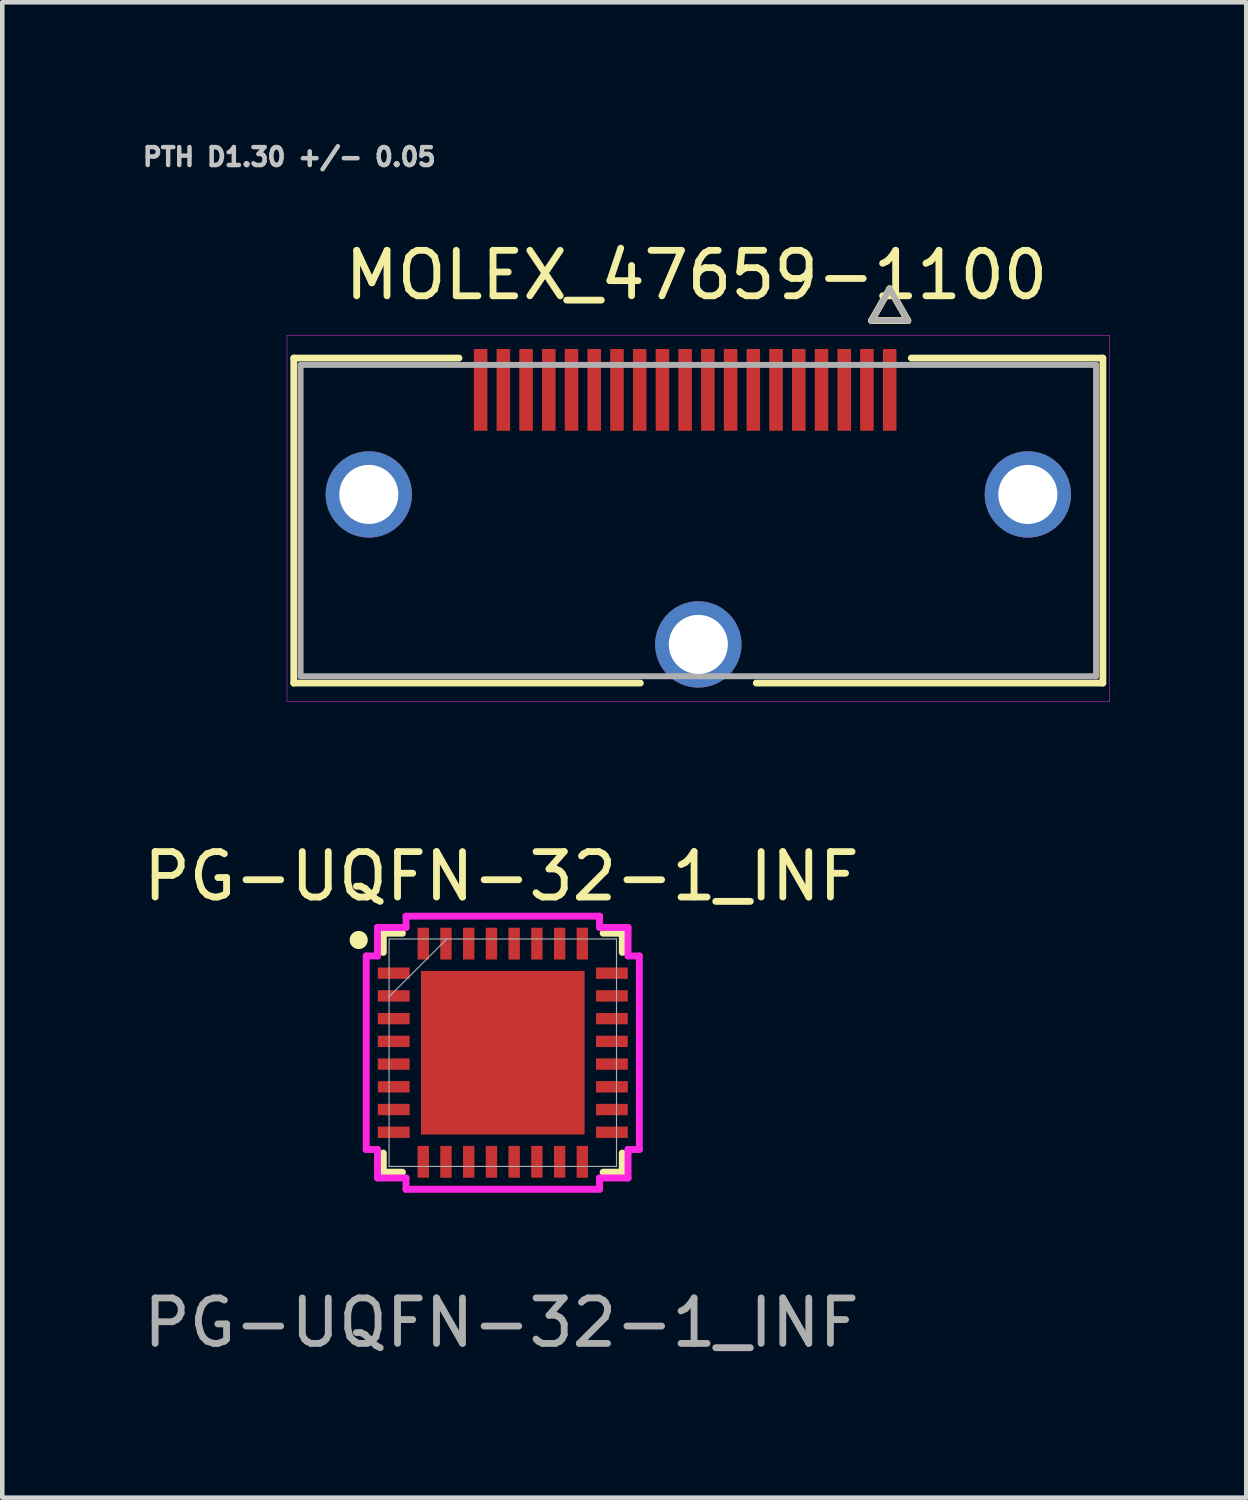
<source format=kicad_pcb>
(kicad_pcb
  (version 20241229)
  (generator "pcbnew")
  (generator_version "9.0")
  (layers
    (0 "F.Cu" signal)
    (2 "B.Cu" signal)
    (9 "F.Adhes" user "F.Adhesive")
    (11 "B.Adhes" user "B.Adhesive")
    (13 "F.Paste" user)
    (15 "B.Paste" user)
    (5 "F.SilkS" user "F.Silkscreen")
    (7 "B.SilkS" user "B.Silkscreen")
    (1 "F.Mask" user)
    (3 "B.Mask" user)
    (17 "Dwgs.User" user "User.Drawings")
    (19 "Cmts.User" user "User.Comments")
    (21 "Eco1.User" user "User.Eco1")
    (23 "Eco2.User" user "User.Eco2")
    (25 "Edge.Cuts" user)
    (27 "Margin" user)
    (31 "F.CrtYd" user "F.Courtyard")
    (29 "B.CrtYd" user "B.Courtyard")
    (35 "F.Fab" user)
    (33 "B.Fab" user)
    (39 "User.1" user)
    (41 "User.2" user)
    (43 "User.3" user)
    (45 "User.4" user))
  (footprint "PG-UQFN-32-1_INF"
    (layer "F.Cu")
    (at 8.012 20.111)
    (property "Reference" "PG-UQFN-32-1_INF" (at -0.03 -3.88 0) (unlocked yes) (layer "F.SilkS") (effects (font (size 1 1) (thickness 0.15))))
    (attr smd)
    (fp_poly (pts (xy -1.6 -1.6) (xy -0.2 -1.6) (xy -0.2 -0.2) (xy -1.6 -0.2)) (stroke (width 0) (type solid)) (fill yes) (layer "F.Mask"))
    (fp_poly (pts (xy -1.6 0.2) (xy -0.2 0.2) (xy -0.2 1.6) (xy -1.6 1.6)) (stroke (width 0) (type solid)) (fill yes) (layer "F.Mask"))
    (fp_poly (pts (xy 0.2 -1.6) (xy 1.6 -1.6) (xy 1.6 -0.2) (xy 0.2 -0.2)) (stroke (width 0) (type solid)) (fill yes) (layer "F.Mask"))
    (fp_poly (pts (xy 0.2 0.2) (xy 1.6 0.2) (xy 1.6 1.6) (xy 0.2 1.6)) (stroke (width 0) (type solid)) (fill yes) (layer "F.Mask"))
    (fp_line (start -2.629 -2.629) (end -2.629 -2.208) (stroke (width 0.152) (type solid)) (layer "F.SilkS"))
    (fp_line (start -2.629 2.208) (end -2.629 2.629) (stroke (width 0.152) (type solid)) (layer "F.SilkS"))
    (fp_line (start -2.629 2.629) (end -2.208 2.629) (stroke (width 0.152) (type solid)) (layer "F.SilkS"))
    (fp_line (start -2.208 -2.629) (end -2.629 -2.629) (stroke (width 0.152) (type solid)) (layer "F.SilkS"))
    (fp_line (start 2.208 2.629) (end 2.629 2.629) (stroke (width 0.152) (type solid)) (layer "F.SilkS"))
    (fp_line (start 2.629 -2.629) (end 2.208 -2.629) (stroke (width 0.152) (type solid)) (layer "F.SilkS"))
    (fp_line (start 2.629 -2.208) (end 2.629 -2.629) (stroke (width 0.152) (type solid)) (layer "F.SilkS"))
    (fp_line (start 2.629 2.629) (end 2.629 2.208) (stroke (width 0.152) (type solid)) (layer "F.SilkS"))
    (fp_circle (center -3.17 -2.48) (end -3.07 -2.48) (stroke (width 0.2) (type solid)) (fill no) (layer "F.SilkS"))
    (fp_poly (pts (xy -1.6 -1.6) (xy -0.2 -1.6) (xy -0.2 -0.2) (xy -1.6 -0.2)) (stroke (width 0) (type solid)) (fill yes) (layer "F.Paste"))
    (fp_poly (pts (xy -1.6 -1.6) (xy -0.2 -1.6) (xy -0.2 -0.2) (xy -1.6 -0.2)) (stroke (width 0) (type solid)) (fill yes) (layer "F.Paste"))
    (fp_poly (pts (xy -1.6 0.2) (xy -0.2 0.2) (xy -0.2 1.6) (xy -1.6 1.6)) (stroke (width 0) (type solid)) (fill yes) (layer "F.Paste"))
    (fp_poly (pts (xy -1.6 0.2) (xy -0.2 0.2) (xy -0.2 1.6) (xy -1.6 1.6)) (stroke (width 0) (type solid)) (fill yes) (layer "F.Paste"))
    (fp_poly (pts (xy 0.2 -1.6) (xy 1.6 -1.6) (xy 1.6 -0.2) (xy 0.2 -0.2)) (stroke (width 0) (type solid)) (fill yes) (layer "F.Paste"))
    (fp_poly (pts (xy 0.2 -1.6) (xy 1.6 -1.6) (xy 1.6 -0.2) (xy 0.2 -0.2)) (stroke (width 0) (type solid)) (fill yes) (layer "F.Paste"))
    (fp_poly (pts (xy 0.2 0.2) (xy 1.6 0.2) (xy 1.6 1.6) (xy 0.2 1.6)) (stroke (width 0) (type solid)) (fill yes) (layer "F.Paste"))
    (fp_poly (pts (xy 0.2 0.2) (xy 1.6 0.2) (xy 1.6 1.6) (xy 0.2 1.6)) (stroke (width 0) (type solid)) (fill yes) (layer "F.Paste"))
    (fp_line (start -3.004 -2.129) (end -2.756 -2.129) (stroke (width 0.152) (type solid)) (layer "F.CrtYd"))
    (fp_line (start -3.004 2.129) (end -3.004 -2.129) (stroke (width 0.152) (type solid)) (layer "F.CrtYd"))
    (fp_line (start -2.756 -2.756) (end -2.129 -2.756) (stroke (width 0.152) (type solid)) (layer "F.CrtYd"))
    (fp_line (start -2.756 -2.129) (end -2.756 -2.756) (stroke (width 0.152) (type solid)) (layer "F.CrtYd"))
    (fp_line (start -2.756 2.129) (end -3.004 2.129) (stroke (width 0.152) (type solid)) (layer "F.CrtYd"))
    (fp_line (start -2.756 2.756) (end -2.756 2.129) (stroke (width 0.152) (type solid)) (layer "F.CrtYd"))
    (fp_line (start -2.129 -3.004) (end 2.129 -3.004) (stroke (width 0.152) (type solid)) (layer "F.CrtYd"))
    (fp_line (start -2.129 -2.756) (end -2.129 -3.004) (stroke (width 0.152) (type solid)) (layer "F.CrtYd"))
    (fp_line (start -2.129 2.756) (end -2.756 2.756) (stroke (width 0.152) (type solid)) (layer "F.CrtYd"))
    (fp_line (start -2.129 3.004) (end -2.129 2.756) (stroke (width 0.152) (type solid)) (layer "F.CrtYd"))
    (fp_line (start 2.129 -3.004) (end 2.129 -2.756) (stroke (width 0.152) (type solid)) (layer "F.CrtYd"))
    (fp_line (start 2.129 -2.756) (end 2.756 -2.756) (stroke (width 0.152) (type solid)) (layer "F.CrtYd"))
    (fp_line (start 2.129 2.756) (end 2.129 3.004) (stroke (width 0.152) (type solid)) (layer "F.CrtYd"))
    (fp_line (start 2.129 3.004) (end -2.129 3.004) (stroke (width 0.152) (type solid)) (layer "F.CrtYd"))
    (fp_line (start 2.756 -2.756) (end 2.756 -2.129) (stroke (width 0.152) (type solid)) (layer "F.CrtYd"))
    (fp_line (start 2.756 -2.129) (end 3.004 -2.129) (stroke (width 0.152) (type solid)) (layer "F.CrtYd"))
    (fp_line (start 2.756 2.129) (end 2.756 2.756) (stroke (width 0.152) (type solid)) (layer "F.CrtYd"))
    (fp_line (start 2.756 2.756) (end 2.129 2.756) (stroke (width 0.152) (type solid)) (layer "F.CrtYd"))
    (fp_line (start 3.004 -2.129) (end 3.004 2.129) (stroke (width 0.152) (type solid)) (layer "F.CrtYd"))
    (fp_line (start 3.004 2.129) (end 2.756 2.129) (stroke (width 0.152) (type solid)) (layer "F.CrtYd"))
    (fp_line (start -2.502 -2.502) (end -2.502 2.502) (stroke (width 0.025) (type solid)) (layer "F.Fab"))
    (fp_line (start -2.502 -1.232) (end -1.232 -2.502) (stroke (width 0.025) (type solid)) (layer "F.Fab"))
    (fp_line (start -2.502 2.502) (end 2.502 2.502) (stroke (width 0.025) (type solid)) (layer "F.Fab"))
    (fp_line (start 2.502 -2.502) (end -2.502 -2.502) (stroke (width 0.025) (type solid)) (layer "F.Fab"))
    (fp_line (start 2.502 2.502) (end 2.502 -2.502) (stroke (width 0.025) (type solid)) (layer "F.Fab"))
    (fp_text user "${REFERENCE}" (at -0.03 5.94 0) (unlocked yes) (layer "F.Fab") (effects (font (size 1 1) (thickness 0.15))))
    (pad "1" smd rect (at -2.4 -1.75) (size 0.7 0.25) (layers "F.Cu" "F.Mask" "F.Paste"))
    (pad "2" smd rect (at -2.4 -1.25) (size 0.7 0.25) (layers "F.Cu" "F.Mask" "F.Paste"))
    (pad "3" smd rect (at -2.4 -0.75) (size 0.7 0.25) (layers "F.Cu" "F.Mask" "F.Paste"))
    (pad "4" smd rect (at -2.4 -0.25) (size 0.7 0.25) (layers "F.Cu" "F.Mask" "F.Paste"))
    (pad "5" smd rect (at -2.4 0.25) (size 0.7 0.25) (layers "F.Cu" "F.Mask" "F.Paste"))
    (pad "6" smd rect (at -2.4 0.75) (size 0.7 0.25) (layers "F.Cu" "F.Mask" "F.Paste"))
    (pad "7" smd rect (at -2.4 1.25) (size 0.7 0.25) (layers "F.Cu" "F.Mask" "F.Paste"))
    (pad "8" smd rect (at -2.4 1.75) (size 0.7 0.25) (layers "F.Cu" "F.Mask" "F.Paste"))
    (pad "9" smd rect (at -1.75 2.4 90) (size 0.7 0.25) (layers "F.Cu" "F.Mask" "F.Paste"))
    (pad "10" smd rect (at -1.25 2.4 90) (size 0.7 0.25) (layers "F.Cu" "F.Mask" "F.Paste"))
    (pad "11" smd rect (at -0.75 2.4 90) (size 0.7 0.25) (layers "F.Cu" "F.Mask" "F.Paste"))
    (pad "12" smd rect (at -0.25 2.4 90) (size 0.7 0.25) (layers "F.Cu" "F.Mask" "F.Paste"))
    (pad "13" smd rect (at 0.25 2.4 90) (size 0.7 0.25) (layers "F.Cu" "F.Mask" "F.Paste"))
    (pad "14" smd rect (at 0.75 2.4 90) (size 0.7 0.25) (layers "F.Cu" "F.Mask" "F.Paste"))
    (pad "15" smd rect (at 1.25 2.4 90) (size 0.7 0.25) (layers "F.Cu" "F.Mask" "F.Paste"))
    (pad "16" smd rect (at 1.75 2.4 90) (size 0.7 0.25) (layers "F.Cu" "F.Mask" "F.Paste"))
    (pad "17" smd rect (at 2.4 1.75) (size 0.7 0.25) (layers "F.Cu" "F.Mask" "F.Paste"))
    (pad "18" smd rect (at 2.4 1.25) (size 0.7 0.25) (layers "F.Cu" "F.Mask" "F.Paste"))
    (pad "19" smd rect (at 2.4 0.75) (size 0.7 0.25) (layers "F.Cu" "F.Mask" "F.Paste"))
    (pad "20" smd rect (at 2.4 0.25) (size 0.7 0.25) (layers "F.Cu" "F.Mask" "F.Paste"))
    (pad "21" smd rect (at 2.4 -0.25) (size 0.7 0.25) (layers "F.Cu" "F.Mask" "F.Paste"))
    (pad "22" smd rect (at 2.4 -0.75) (size 0.7 0.25) (layers "F.Cu" "F.Mask" "F.Paste"))
    (pad "23" smd rect (at 2.4 -1.25) (size 0.7 0.25) (layers "F.Cu" "F.Mask" "F.Paste"))
    (pad "24" smd rect (at 2.4 -1.75) (size 0.7 0.25) (layers "F.Cu" "F.Mask" "F.Paste"))
    (pad "25" smd rect (at 1.75 -2.4 90) (size 0.7 0.25) (layers "F.Cu" "F.Mask" "F.Paste"))
    (pad "26" smd rect (at 1.25 -2.4 90) (size 0.7 0.25) (layers "F.Cu" "F.Mask" "F.Paste"))
    (pad "27" smd rect (at 0.75 -2.4 90) (size 0.7 0.25) (layers "F.Cu" "F.Mask" "F.Paste"))
    (pad "28" smd rect (at 0.25 -2.4 90) (size 0.7 0.25) (layers "F.Cu" "F.Mask" "F.Paste"))
    (pad "29" smd rect (at -0.25 -2.4 90) (size 0.7 0.25) (layers "F.Cu" "F.Mask" "F.Paste"))
    (pad "30" smd rect (at -0.75 -2.4 90) (size 0.7 0.25) (layers "F.Cu" "F.Mask" "F.Paste"))
    (pad "31" smd rect (at -1.25 -2.4 90) (size 0.7 0.25) (layers "F.Cu" "F.Mask" "F.Paste"))
    (pad "32" smd rect (at -1.75 -2.4 90) (size 0.7 0.25) (layers "F.Cu" "F.Mask" "F.Paste"))
    (pad "33" smd rect (at 0 0) (size 3.6 3.6) (layers "F.Cu" "F.Mask")))
  (footprint "MOLEX_47659-1100"
    (layer "F.Cu")
    (at 12.314 8.403)
    (property "Reference" "MOLEX_47659-1100" (at -0.04 -5.4 0) (layer "F.SilkS") (effects (font (size 1 1) (thickness 0.15))))
    (attr smd)
    (fp_circle (center -7.25 -0.575) (end -6.743 -0.575) (stroke (width 1.014) (type solid)) (fill no) (layer "B.Mask"))
    (fp_circle (center 0 2.725) (end 0.507 2.725) (stroke (width 1.014) (type solid)) (fill no) (layer "B.Mask"))
    (fp_circle (center 7.25 -0.575) (end 7.757 -0.575) (stroke (width 1.014) (type solid)) (fill no) (layer "B.Mask"))
    (fp_line (start -8.9 -3.575) (end -8.9 3.575) (stroke (width 0.15) (type solid)) (layer "F.SilkS"))
    (fp_line (start -8.9 3.575) (end -1.275 3.575) (stroke (width 0.15) (type solid)) (layer "F.SilkS"))
    (fp_line (start -5.265 -3.575) (end -8.9 -3.575) (stroke (width 0.15) (type solid)) (layer "F.SilkS"))
    (fp_line (start 1.275 3.575) (end 8.9 3.575) (stroke (width 0.15) (type solid)) (layer "F.SilkS"))
    (fp_line (start 3.81 -4.4) (end 4.61 -4.4) (stroke (width 0.15) (type solid)) (layer "F.SilkS"))
    (fp_line (start 4.21 -5.1) (end 3.81 -4.4) (stroke (width 0.15) (type solid)) (layer "F.SilkS"))
    (fp_line (start 4.61 -4.4) (end 4.21 -5.1) (stroke (width 0.15) (type solid)) (layer "F.SilkS"))
    (fp_line (start 8.9 -3.575) (end 4.685 -3.575) (stroke (width 0.15) (type solid)) (layer "F.SilkS"))
    (fp_line (start 8.9 3.575) (end 8.9 -3.575) (stroke (width 0.15) (type solid)) (layer "F.SilkS"))
    (fp_line (start -9.05 -4.075) (end -9.05 3.975) (stroke (width 0.01) (type solid)) (layer "F.CrtYd"))
    (fp_line (start -9.05 3.975) (end 9.05 3.975) (stroke (width 0.01) (type solid)) (layer "F.CrtYd"))
    (fp_line (start 9.05 -4.075) (end -9.05 -4.075) (stroke (width 0.01) (type solid)) (layer "F.CrtYd"))
    (fp_line (start 9.05 3.975) (end 9.05 -4.075) (stroke (width 0.01) (type solid)) (layer "F.CrtYd"))
    (fp_line (start -8.75 -3.425) (end -8.75 3.425) (stroke (width 0.13) (type solid)) (layer "F.Fab"))
    (fp_line (start -8.75 3.425) (end 8.75 3.425) (stroke (width 0.13) (type solid)) (layer "F.Fab"))
    (fp_line (start 3.81 -4.4) (end 4.61 -4.4) (stroke (width 0.13) (type solid)) (layer "F.Fab"))
    (fp_line (start 4.21 -5.1) (end 3.81 -4.4) (stroke (width 0.13) (type solid)) (layer "F.Fab"))
    (fp_line (start 4.61 -4.4) (end 4.21 -5.1) (stroke (width 0.13) (type solid)) (layer "F.Fab"))
    (fp_line (start 8.75 -3.425) (end -8.75 -3.425) (stroke (width 0.13) (type solid)) (layer "F.Fab"))
    (fp_line (start 8.75 3.425) (end 8.75 -3.425) (stroke (width 0.13) (type solid)) (layer "F.Fab"))
    (fp_text user "PTH D1.30 +/- 0.05" (at -9 -8 0) (layer "Dwgs.User") (effects (font (size 0.394 0.394) (thickness 0.15))))
    (pad "1" smd rect (at 4.21 -2.875) (size 0.298 1.8) (layers "F.Cu" "F.Mask" "F.Paste"))
    (pad "2" smd rect (at 3.71 -2.875) (size 0.298 1.8) (layers "F.Cu" "F.Mask" "F.Paste"))
    (pad "3" smd rect (at 3.21 -2.875) (size 0.298 1.8) (layers "F.Cu" "F.Mask" "F.Paste"))
    (pad "4" smd rect (at 2.71 -2.875) (size 0.298 1.8) (layers "F.Cu" "F.Mask" "F.Paste"))
    (pad "5" smd rect (at 2.21 -2.875) (size 0.298 1.8) (layers "F.Cu" "F.Mask" "F.Paste"))
    (pad "6" smd rect (at 1.71 -2.875) (size 0.298 1.8) (layers "F.Cu" "F.Mask" "F.Paste"))
    (pad "7" smd rect (at 1.21 -2.875) (size 0.298 1.8) (layers "F.Cu" "F.Mask" "F.Paste"))
    (pad "8" smd rect (at 0.71 -2.875) (size 0.298 1.8) (layers "F.Cu" "F.Mask" "F.Paste"))
    (pad "9" smd rect (at 0.21 -2.875) (size 0.298 1.8) (layers "F.Cu" "F.Mask" "F.Paste"))
    (pad "10" smd rect (at -0.29 -2.875) (size 0.298 1.8) (layers "F.Cu" "F.Mask" "F.Paste"))
    (pad "11" smd rect (at -0.79 -2.875) (size 0.298 1.8) (layers "F.Cu" "F.Mask" "F.Paste"))
    (pad "12" smd rect (at -1.29 -2.875) (size 0.298 1.8) (layers "F.Cu" "F.Mask" "F.Paste"))
    (pad "13" smd rect (at -1.79 -2.875) (size 0.298 1.8) (layers "F.Cu" "F.Mask" "F.Paste"))
    (pad "14" smd rect (at -2.29 -2.875) (size 0.298 1.8) (layers "F.Cu" "F.Mask" "F.Paste"))
    (pad "15" smd rect (at -2.79 -2.875) (size 0.298 1.8) (layers "F.Cu" "F.Mask" "F.Paste"))
    (pad "16" smd rect (at -3.29 -2.875) (size 0.298 1.8) (layers "F.Cu" "F.Mask" "F.Paste"))
    (pad "17" smd rect (at -3.79 -2.875) (size 0.298 1.8) (layers "F.Cu" "F.Mask" "F.Paste"))
    (pad "18" smd rect (at -4.29 -2.875) (size 0.298 1.8) (layers "F.Cu" "F.Mask" "F.Paste"))
    (pad "19" smd rect (at -4.79 -2.875) (size 0.298 1.8) (layers "F.Cu" "F.Mask" "F.Paste"))
    (pad "SH" thru_hole circle (at -7.25 -0.575) (size 1.9 1.9) (drill 1.3) (layers "*.Cu" "*.Mask"))
    (pad "SH" thru_hole circle (at 0 2.725) (size 1.9 1.9) (drill 1.3) (layers "*.Cu" "*.Mask"))
    (pad "SH" thru_hole circle (at 7.25 -0.575) (size 1.9 1.9) (drill 1.3) (layers "*.Cu" "*.Mask")))
  (gr_rect
    (start -3 -3)
    (end 24.369 29.9)
    (stroke (width 0.1) (type default))
    (fill no)
    (layer "Edge.Cuts")))
</source>
